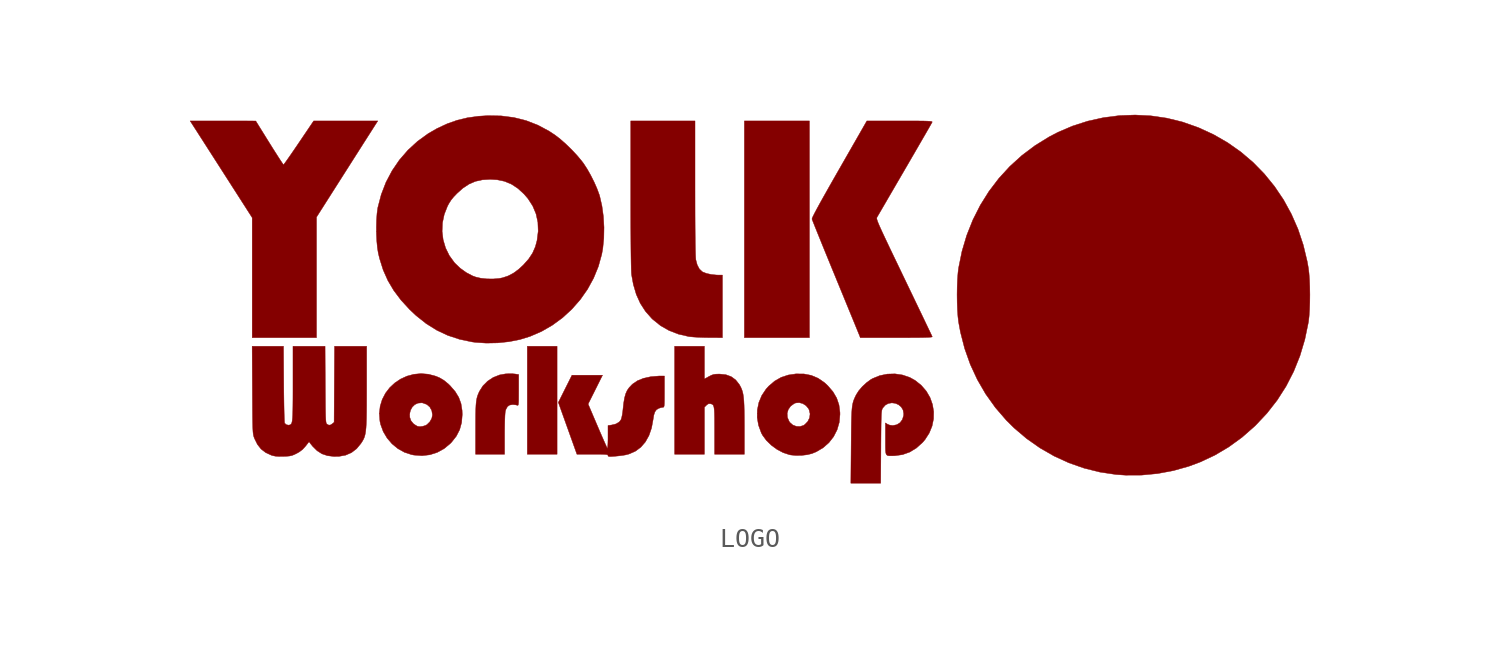
<source format=kicad_sym>
(kicad_symbol_lib
  (version 20220914)
  (generator "bitmap2component")
  (generator_version "8.0")
  (symbol "LOGO"
    (pin_names
      (offset 1.016))
    (property "Reference" "#G"
      (at 0 9.765 0)
      (effects (font (size 1.27 1.27)) hide))
    (symbol "LOGO_0_0"
      (polyline (pts (xy 6.419 -7.87) (xy 6.419 -7.739) (xy 6.422 -7.327) (xy 6.425 -6.985) (xy 6.428 -6.707) (xy 6.433 -6.485) (xy 6.438 -6.311) (xy 6.444 -6.178) (xy 6.453 -6.08) (xy 6.463 -6.008) (xy 6.476 -5.956) (xy 6.492 -5.916) (xy 6.512 -5.88) (xy 6.517 -5.871) (xy 6.645 -5.726) (xy 6.804 -5.642) (xy 6.98 -5.613) (xy 7.158 -5.636) (xy 7.322 -5.708) (xy 7.458 -5.823) (xy 7.551 -5.978) (xy 7.585 -6.168) (xy 7.578 -6.269) (xy 7.516 -6.469) (xy 7.397 -6.627) (xy 7.232 -6.731) (xy 7.032 -6.77) (xy 7.016 -6.77) (xy 6.869 -6.751) (xy 6.753 -6.705) (xy 6.65 -6.638) (xy 6.65 -7.455) (xy 6.65 -7.654) (xy 6.651 -7.89) (xy 6.656 -8.064) (xy 6.671 -8.183) (xy 6.7 -8.259) (xy 6.747 -8.3) (xy 6.817 -8.317) (xy 6.915 -8.32) (xy 7.044 -8.318) (xy 7.132 -8.315) (xy 7.527 -8.259) (xy 7.893 -8.129) (xy 8.231 -7.923) (xy 8.543 -7.643) (xy 8.673 -7.492) (xy 8.888 -7.158) (xy 9.033 -6.803) (xy 9.109 -6.434) (xy 9.116 -6.062) (xy 9.056 -5.696) (xy 8.931 -5.344) (xy 8.739 -5.015) (xy 8.484 -4.719) (xy 8.166 -4.464) (xy 7.893 -4.313) (xy 7.525 -4.188) (xy 7.138 -4.131) (xy 6.745 -4.142) (xy 6.359 -4.221) (xy 5.994 -4.37) (xy 5.899 -4.424) (xy 5.676 -4.588) (xy 5.463 -4.787) (xy 5.282 -5) (xy 5.153 -5.205) (xy 5.124 -5.264) (xy 5.076 -5.366) (xy 5.036 -5.462) (xy 5.003 -5.559) (xy 4.977 -5.665) (xy 4.955 -5.788) (xy 4.939 -5.936) (xy 4.927 -6.117) (xy 4.918 -6.339) (xy 4.911 -6.609) (xy 4.906 -6.936) (xy 4.902 -7.327) (xy 4.898 -7.79) (xy 4.882 -9.72) (xy 5.645 -9.72) (xy 6.407 -9.72) (xy 6.419 -7.87)) (stroke (width 0.01) (type default)) (fill (type outline)))
      (polyline (pts (xy 19.746 -9.306) (xy 20.562 -9.228) (xy 21.369 -9.078) (xy 22.155 -8.857) (xy 22.741 -8.639) (xy 23.489 -8.289) (xy 24.201 -7.867) (xy 24.879 -7.375) (xy 25.523 -6.81) (xy 25.568 -6.767) (xy 26.157 -6.141) (xy 26.679 -5.472) (xy 27.134 -4.76) (xy 27.521 -4.005) (xy 27.84 -3.21) (xy 28.09 -2.374) (xy 28.271 -1.5) (xy 28.278 -1.456) (xy 28.309 -1.178) (xy 28.331 -0.844) (xy 28.344 -0.471) (xy 28.348 -0.081) (xy 28.342 0.308) (xy 28.328 0.678) (xy 28.304 1.007) (xy 28.272 1.279) (xy 28.212 1.617) (xy 28.01 2.46) (xy 27.74 3.268) (xy 27.402 4.038) (xy 27.002 4.768) (xy 26.54 5.453) (xy 26.021 6.091) (xy 25.447 6.679) (xy 24.82 7.212) (xy 24.145 7.688) (xy 23.422 8.104) (xy 22.657 8.456) (xy 21.85 8.741) (xy 21.807 8.753) (xy 21.025 8.944) (xy 20.224 9.06) (xy 19.413 9.102) (xy 18.599 9.071) (xy 17.79 8.966) (xy 16.993 8.789) (xy 16.217 8.54) (xy 15.469 8.22) (xy 15.019 7.986) (xy 14.298 7.54) (xy 13.627 7.036) (xy 13.009 6.475) (xy 12.447 5.862) (xy 11.943 5.2) (xy 11.5 4.492) (xy 11.121 3.743) (xy 10.807 2.955) (xy 10.563 2.133) (xy 10.389 1.279) (xy 10.359 1.029) (xy 10.334 0.694) (xy 10.319 0.318) (xy 10.313 -0.08) (xy 10.318 -0.478) (xy 10.332 -0.858) (xy 10.356 -1.198) (xy 10.389 -1.48) (xy 10.485 -1.999) (xy 10.702 -2.841) (xy 10.99 -3.651) (xy 11.349 -4.425) (xy 11.775 -5.16) (xy 12.269 -5.852) (xy 12.827 -6.499) (xy 13.232 -6.9) (xy 13.871 -7.442) (xy 14.554 -7.921) (xy 15.274 -8.334) (xy 16.027 -8.679) (xy 16.808 -8.952) (xy 17.61 -9.152) (xy 18.429 -9.275) (xy 18.934 -9.31) (xy 19.746 -9.306)) (stroke (width 0.01) (type default)) (fill (type outline)))
      (polyline (pts (xy -21.287 -8.349) (xy -20.945 -8.287) (xy -20.646 -8.157) (xy -20.387 -7.959) (xy -20.165 -7.691) (xy -20.155 -7.675) (xy -20.096 -7.585) (xy -20.046 -7.498) (xy -20.003 -7.408) (xy -19.969 -7.308) (xy -19.941 -7.191) (xy -19.919 -7.05) (xy -19.902 -6.878) (xy -19.89 -6.668) (xy -19.881 -6.413) (xy -19.876 -6.106) (xy -19.873 -5.739) (xy -19.872 -5.307) (xy -19.871 -4.802) (xy -19.871 -2.72) (xy -20.692 -2.72) (xy -21.512 -2.72) (xy -21.523 -4.663) (xy -21.534 -6.607) (xy -21.628 -6.684) (xy -21.715 -6.741) (xy -21.802 -6.753) (xy -21.897 -6.703) (xy -21.909 -6.693) (xy -21.925 -6.673) (xy -21.938 -6.641) (xy -21.949 -6.59) (xy -21.957 -6.513) (xy -21.964 -6.403) (xy -21.97 -6.255) (xy -21.974 -6.06) (xy -21.978 -5.812) (xy -21.98 -5.504) (xy -21.983 -5.13) (xy -21.986 -4.683) (xy -21.997 -2.72) (xy -22.817 -2.72) (xy -23.637 -2.72) (xy -23.637 -4.618) (xy -23.637 -5.002) (xy -23.638 -5.402) (xy -23.641 -5.734) (xy -23.645 -6.004) (xy -23.651 -6.219) (xy -23.66 -6.386) (xy -23.673 -6.512) (xy -23.689 -6.602) (xy -23.71 -6.663) (xy -23.735 -6.703) (xy -23.767 -6.727) (xy -23.804 -6.742) (xy -23.872 -6.753) (xy -23.987 -6.725) (xy -24.064 -6.648) (xy -24.064 -6.648) (xy -24.071 -6.592) (xy -24.078 -6.465) (xy -24.085 -6.274) (xy -24.091 -6.028) (xy -24.097 -5.734) (xy -24.102 -5.401) (xy -24.107 -5.037) (xy -24.11 -4.65) (xy -24.122 -2.72) (xy -24.923 -2.72) (xy -25.724 -2.72) (xy -25.712 -4.95) (xy -25.711 -5.224) (xy -25.708 -5.663) (xy -25.706 -6.031) (xy -25.703 -6.338) (xy -25.699 -6.588) (xy -25.694 -6.79) (xy -25.689 -6.949) (xy -25.682 -7.074) (xy -25.673 -7.17) (xy -25.662 -7.244) (xy -25.649 -7.304) (xy -25.633 -7.356) (xy -25.615 -7.407) (xy -25.603 -7.437) (xy -25.454 -7.738) (xy -25.268 -7.974) (xy -25.035 -8.154) (xy -24.746 -8.288) (xy -24.658 -8.315) (xy -24.521 -8.341) (xy -24.354 -8.352) (xy -24.132 -8.35) (xy -23.96 -8.343) (xy -23.814 -8.33) (xy -23.698 -8.306) (xy -23.587 -8.264) (xy -23.452 -8.199) (xy -23.318 -8.124) (xy -23.149 -7.997) (xy -22.997 -7.83) (xy -22.816 -7.599) (xy -22.716 -7.73) (xy -22.632 -7.834) (xy -22.402 -8.061) (xy -22.154 -8.219) (xy -21.874 -8.313) (xy -21.547 -8.353) (xy -21.287 -8.349)) (stroke (width 0.01) (type default)) (fill (type outline)))
      (polyline (pts (xy -7.351 -8.355) (xy -7.181 -8.343) (xy -7.142 -8.339) (xy -6.95 -8.32) (xy -6.768 -8.296) (xy -6.63 -8.273) (xy -6.461 -8.229) (xy -6.136 -8.087) (xy -5.856 -7.881) (xy -5.624 -7.613) (xy -5.44 -7.285) (xy -5.307 -6.9) (xy -5.226 -6.46) (xy -5.19 -6.239) (xy -5.136 -6.076) (xy -5.059 -5.967) (xy -4.951 -5.899) (xy -4.935 -5.892) (xy -4.82 -5.855) (xy -4.729 -5.84) (xy -4.713 -5.839) (xy -4.689 -5.831) (xy -4.672 -5.805) (xy -4.66 -5.75) (xy -4.653 -5.656) (xy -4.649 -5.514) (xy -4.648 -5.312) (xy -4.647 -5.04) (xy -4.647 -4.24) (xy -4.858 -4.241) (xy -4.935 -4.242) (xy -5.349 -4.277) (xy -5.714 -4.356) (xy -6.022 -4.48) (xy -6.266 -4.645) (xy -6.316 -4.691) (xy -6.449 -4.83) (xy -6.552 -4.978) (xy -6.629 -5.15) (xy -6.687 -5.359) (xy -6.731 -5.619) (xy -6.767 -5.945) (xy -6.778 -6.053) (xy -6.805 -6.232) (xy -6.837 -6.381) (xy -6.868 -6.474) (xy -6.953 -6.586) (xy -7.119 -6.688) (xy -7.351 -6.746) (xy -7.532 -6.771) (xy -7.532 -7.373) (xy -7.532 -7.488) (xy -7.537 -7.676) (xy -7.544 -7.822) (xy -7.554 -7.914) (xy -7.566 -7.938) (xy -7.571 -7.93) (xy -7.605 -7.86) (xy -7.664 -7.73) (xy -7.745 -7.548) (xy -7.843 -7.324) (xy -7.955 -7.067) (xy -8.075 -6.787) (xy -8.55 -5.674) (xy -8.181 -4.937) (xy -7.813 -4.2) (xy -8.594 -4.2) (xy -9.375 -4.2) (xy -9.723 -4.895) (xy -10.07 -5.591) (xy -9.596 -6.915) (xy -9.121 -8.24) (xy -8.326 -8.24) (xy -8.093 -8.24) (xy -7.88 -8.242) (xy -7.728 -8.247) (xy -7.627 -8.254) (xy -7.567 -8.266) (xy -7.539 -8.283) (xy -7.532 -8.306) (xy -7.53 -8.323) (xy -7.51 -8.346) (xy -7.455 -8.357) (xy -7.351 -8.355)) (stroke (width 0.01) (type default)) (fill (type outline)))
      (polyline (pts (xy -16.639 -8.267) (xy -16.259 -8.145) (xy -15.907 -7.951) (xy -15.589 -7.686) (xy -15.534 -7.629) (xy -15.289 -7.319) (xy -15.117 -6.986) (xy -15.017 -6.622) (xy -14.984 -6.218) (xy -14.991 -6.006) (xy -15.047 -5.651) (xy -15.164 -5.332) (xy -15.347 -5.032) (xy -15.604 -4.736) (xy -15.691 -4.651) (xy -15.921 -4.462) (xy -16.145 -4.33) (xy -16.336 -4.25) (xy -16.714 -4.149) (xy -17.09 -4.118) (xy -17.456 -4.152) (xy -17.807 -4.246) (xy -18.134 -4.395) (xy -18.431 -4.594) (xy -18.692 -4.837) (xy -18.908 -5.12) (xy -19.073 -5.438) (xy -19.18 -5.785) (xy -19.222 -6.157) (xy -19.221 -6.168) (xy -17.673 -6.168) (xy -17.629 -5.99) (xy -17.542 -5.831) (xy -17.415 -5.705) (xy -17.253 -5.627) (xy -17.062 -5.61) (xy -16.998 -5.619) (xy -16.797 -5.693) (xy -16.641 -5.826) (xy -16.541 -6.009) (xy -16.506 -6.23) (xy -16.54 -6.403) (xy -16.639 -6.58) (xy -16.79 -6.729) (xy -16.868 -6.771) (xy -17.009 -6.813) (xy -17.154 -6.829) (xy -17.267 -6.813) (xy -17.268 -6.813) (xy -17.343 -6.772) (xy -17.438 -6.711) (xy -17.488 -6.672) (xy -17.607 -6.523) (xy -17.667 -6.351) (xy -17.673 -6.168) (xy -19.221 -6.168) (xy -19.193 -6.548) (xy -19.156 -6.716) (xy -19.023 -7.08) (xy -18.825 -7.414) (xy -18.572 -7.709) (xy -18.272 -7.955) (xy -17.936 -8.142) (xy -17.571 -8.261) (xy -17.452 -8.283) (xy -17.038 -8.313) (xy -16.639 -8.267)) (stroke (width 0.01) (type default)) (fill (type outline)))
      (polyline (pts (xy 2.372 -8.297) (xy 2.654 -8.264) (xy 2.893 -8.205) (xy 3.115 -8.114) (xy 3.464 -7.908) (xy 3.761 -7.647) (xy 4.001 -7.339) (xy 4.179 -6.99) (xy 4.289 -6.609) (xy 4.326 -6.202) (xy 4.324 -6.1) (xy 4.275 -5.718) (xy 4.158 -5.37) (xy 3.969 -5.046) (xy 3.703 -4.736) (xy 3.525 -4.572) (xy 3.204 -4.353) (xy 2.859 -4.208) (xy 2.483 -4.135) (xy 2.071 -4.132) (xy 1.689 -4.188) (xy 1.323 -4.308) (xy 0.993 -4.495) (xy 0.687 -4.755) (xy 0.547 -4.91) (xy 0.329 -5.237) (xy 0.18 -5.594) (xy 0.102 -5.973) (xy 0.099 -6.148) (xy 1.626 -6.148) (xy 1.683 -5.952) (xy 1.805 -5.779) (xy 1.99 -5.645) (xy 2.065 -5.616) (xy 2.243 -5.601) (xy 2.424 -5.649) (xy 2.589 -5.753) (xy 2.716 -5.904) (xy 2.751 -5.974) (xy 2.798 -6.176) (xy 2.772 -6.379) (xy 2.678 -6.569) (xy 2.518 -6.73) (xy 2.461 -6.767) (xy 2.283 -6.822) (xy 2.093 -6.814) (xy 1.915 -6.745) (xy 1.77 -6.619) (xy 1.724 -6.555) (xy 1.639 -6.354) (xy 1.626 -6.148) (xy 0.099 -6.148) (xy 0.095 -6.364) (xy 0.162 -6.758) (xy 0.304 -7.146) (xy 0.367 -7.265) (xy 0.563 -7.532) (xy 0.815 -7.778) (xy 1.106 -7.991) (xy 1.42 -8.157) (xy 1.739 -8.263) (xy 1.817 -8.278) (xy 2.082 -8.303) (xy 2.372 -8.297)) (stroke (width 0.01) (type default)) (fill (type outline)))
      (polyline (pts (xy -12.82 -7.21) (xy -12.819 -6.996) (xy -12.815 -6.716) (xy -12.809 -6.468) (xy -12.801 -6.263) (xy -12.79 -6.114) (xy -12.779 -6.033) (xy -12.751 -5.946) (xy -12.673 -5.804) (xy -12.564 -5.726) (xy -12.414 -5.702) (xy -12.374 -5.703) (xy -12.252 -5.715) (xy -12.169 -5.736) (xy -12.163 -5.738) (xy -12.141 -5.741) (xy -12.124 -5.723) (xy -12.113 -5.673) (xy -12.105 -5.582) (xy -12.101 -5.441) (xy -12.1 -5.239) (xy -12.099 -4.967) (xy -12.099 -4.165) (xy -12.285 -4.137) (xy -12.417 -4.126) (xy -12.594 -4.124) (xy -12.773 -4.132) (xy -13.084 -4.188) (xy -13.401 -4.315) (xy -13.685 -4.502) (xy -13.924 -4.74) (xy -14.103 -5.021) (xy -14.137 -5.094) (xy -14.183 -5.202) (xy -14.219 -5.31) (xy -14.247 -5.43) (xy -14.268 -5.57) (xy -14.283 -5.741) (xy -14.293 -5.953) (xy -14.299 -6.215) (xy -14.301 -6.537) (xy -14.302 -6.93) (xy -14.303 -8.24) (xy -13.561 -8.24) (xy -12.82 -8.24) (xy -12.82 -7.21)) (stroke (width 0.01) (type default)) (fill (type outline)))
      (polyline (pts (xy -10.136 -5.48) (xy -10.136 -2.72) (xy -10.897 -2.72) (xy -11.658 -2.72) (xy -11.658 -5.48) (xy -11.658 -8.24) (xy -10.897 -8.24) (xy -10.136 -8.24) (xy -10.136 -5.48)) (stroke (width 0.01) (type default)) (fill (type outline)))
      (polyline (pts (xy -2.604 -7.038) (xy -2.604 -5.836) (xy -2.502 -5.734) (xy -2.473 -5.707) (xy -2.386 -5.655) (xy -2.292 -5.658) (xy -2.244 -5.671) (xy -2.197 -5.691) (xy -2.16 -5.724) (xy -2.132 -5.779) (xy -2.112 -5.864) (xy -2.098 -5.987) (xy -2.09 -6.156) (xy -2.085 -6.38) (xy -2.084 -6.668) (xy -2.083 -7.028) (xy -2.083 -8.24) (xy -1.322 -8.24) (xy -0.561 -8.24) (xy -0.561 -6.89) (xy -0.561 -6.78) (xy -0.563 -6.367) (xy -0.568 -6.023) (xy -0.576 -5.739) (xy -0.588 -5.507) (xy -0.606 -5.318) (xy -0.629 -5.163) (xy -0.659 -5.034) (xy -0.697 -4.921) (xy -0.742 -4.817) (xy -0.821 -4.673) (xy -1.008 -4.438) (xy -1.236 -4.272) (xy -1.506 -4.174) (xy -1.823 -4.141) (xy -1.842 -4.141) (xy -2.01 -4.145) (xy -2.134 -4.162) (xy -2.244 -4.2) (xy -2.374 -4.266) (xy -2.604 -4.392) (xy -2.604 -3.556) (xy -2.604 -2.72) (xy -3.365 -2.72) (xy -4.127 -2.72) (xy -4.127 -5.48) (xy -4.127 -8.24) (xy -3.365 -8.24) (xy -2.604 -8.24) (xy -2.604 -7.038)) (stroke (width 0.01) (type default)) (fill (type outline)))
      (polyline (pts (xy -13.171 -2.546) (xy -12.592 -2.485) (xy -12.046 -2.378) (xy -11.519 -2.216) (xy -10.929 -1.961) (xy -10.372 -1.639) (xy -9.853 -1.258) (xy -9.378 -0.821) (xy -8.952 -0.336) (xy -8.581 0.193) (xy -8.271 0.759) (xy -8.026 1.356) (xy -7.853 1.98) (xy -7.8 2.273) (xy -7.747 2.801) (xy -7.737 3.358) (xy -7.769 3.918) (xy -7.843 4.457) (xy -7.956 4.951) (xy -7.982 5.035) (xy -8.095 5.341) (xy -8.243 5.677) (xy -8.415 6.019) (xy -8.597 6.341) (xy -8.778 6.619) (xy -8.879 6.753) (xy -9.115 7.035) (xy -9.389 7.328) (xy -9.681 7.612) (xy -9.97 7.867) (xy -10.237 8.074) (xy -10.549 8.28) (xy -11.12 8.585) (xy -11.716 8.816) (xy -12.34 8.973) (xy -12.994 9.057) (xy -13.682 9.069) (xy -14.157 9.039) (xy -14.719 8.961) (xy -15.246 8.834) (xy -15.755 8.654) (xy -16.267 8.416) (xy -16.724 8.152) (xy -17.268 7.758) (xy -17.759 7.308) (xy -18.194 6.806) (xy -18.569 6.257) (xy -18.881 5.666) (xy -19.124 5.038) (xy -19.297 4.379) (xy -19.304 4.342) (xy -19.341 4.065) (xy -19.364 3.734) (xy -19.373 3.372) (xy -19.371 3.154) (xy -16.013 3.154) (xy -15.995 3.591) (xy -15.904 4.022) (xy -15.74 4.44) (xy -15.667 4.577) (xy -15.558 4.75) (xy -15.425 4.915) (xy -15.247 5.1) (xy -14.953 5.362) (xy -14.64 5.569) (xy -14.314 5.71) (xy -13.96 5.789) (xy -13.561 5.814) (xy -13.201 5.793) (xy -12.819 5.713) (xy -12.47 5.567) (xy -12.142 5.352) (xy -11.824 5.061) (xy -11.622 4.827) (xy -11.379 4.45) (xy -11.21 4.045) (xy -11.117 3.615) (xy -11.1 3.162) (xy -11.16 2.688) (xy -11.246 2.369) (xy -11.388 2.044) (xy -11.589 1.74) (xy -11.858 1.438) (xy -12.097 1.216) (xy -12.362 1.021) (xy -12.631 0.879) (xy -12.922 0.781) (xy -13.101 0.746) (xy -13.403 0.721) (xy -13.725 0.725) (xy -14.034 0.758) (xy -14.3 0.82) (xy -14.449 0.875) (xy -14.776 1.046) (xy -15.09 1.271) (xy -15.365 1.535) (xy -15.386 1.559) (xy -15.645 1.915) (xy -15.837 2.307) (xy -15.96 2.723) (xy -16.013 3.154) (xy -19.371 3.154) (xy -19.369 2.999) (xy -19.351 2.639) (xy -19.32 2.313) (xy -19.276 2.042) (xy -19.208 1.759) (xy -19.025 1.179) (xy -18.785 0.64) (xy -18.483 0.13) (xy -18.114 -0.36) (xy -17.671 -0.843) (xy -17.344 -1.15) (xy -16.826 -1.562) (xy -16.287 -1.899) (xy -15.721 -2.165) (xy -15.121 -2.363) (xy -14.483 -2.497) (xy -14.311 -2.52) (xy -13.753 -2.558) (xy -13.171 -2.546)) (stroke (width 0.01) (type default)) (fill (type outline)))
      (polyline (pts (xy -22.435 0.801) (xy -22.435 3.881) (xy -20.927 6.251) (xy -20.751 6.527) (xy -20.507 6.911) (xy -20.276 7.273) (xy -20.064 7.607) (xy -19.872 7.908) (xy -19.705 8.169) (xy -19.567 8.386) (xy -19.461 8.552) (xy -19.391 8.662) (xy -19.36 8.71) (xy -19.301 8.8) (xy -20.94 8.8) (xy -22.579 8.8) (xy -23.336 7.68) (xy -23.471 7.481) (xy -23.642 7.231) (xy -23.794 7.01) (xy -23.924 6.825) (xy -24.025 6.683) (xy -24.093 6.592) (xy -24.121 6.56) (xy -24.134 6.574) (xy -24.186 6.648) (xy -24.272 6.776) (xy -24.385 6.951) (xy -24.522 7.165) (xy -24.677 7.41) (xy -24.845 7.678) (xy -25.54 8.797) (xy -27.218 8.799) (xy -28.895 8.8) (xy -28.836 8.71) (xy -28.817 8.681) (xy -28.757 8.587) (xy -28.66 8.436) (xy -28.529 8.233) (xy -28.369 7.983) (xy -28.183 7.693) (xy -27.974 7.367) (xy -27.746 7.012) (xy -27.503 6.633) (xy -27.249 6.237) (xy -25.721 3.853) (xy -25.721 0.786) (xy -25.721 -2.28) (xy -24.078 -2.28) (xy -22.435 -2.28) (xy -22.435 0.801)) (stroke (width 0.01) (type default)) (fill (type outline)))
      (polyline (pts (xy -1.683 -0.68) (xy -1.683 0.92) (xy -1.898 0.92) (xy -1.998 0.923) (xy -2.256 0.95) (xy -2.494 1.002) (xy -2.683 1.074) (xy -2.719 1.095) (xy -2.862 1.232) (xy -2.971 1.436) (xy -3.042 1.701) (xy -3.043 1.706) (xy -3.051 1.805) (xy -3.059 1.983) (xy -3.066 2.24) (xy -3.072 2.573) (xy -3.076 2.984) (xy -3.08 3.47) (xy -3.083 4.031) (xy -3.084 4.665) (xy -3.085 5.373) (xy -3.085 8.8) (xy -4.728 8.8) (xy -6.37 8.8) (xy -6.37 5.023) (xy -6.37 4.564) (xy -6.369 3.874) (xy -6.367 3.252) (xy -6.364 2.7) (xy -6.36 2.219) (xy -6.355 1.811) (xy -6.349 1.476) (xy -6.343 1.218) (xy -6.336 1.036) (xy -6.327 0.933) (xy -6.237 0.439) (xy -6.086 -0.07) (xy -5.88 -0.526) (xy -5.617 -0.933) (xy -5.296 -1.297) (xy -5.234 -1.355) (xy -4.844 -1.668) (xy -4.413 -1.914) (xy -3.938 -2.098) (xy -3.413 -2.22) (xy -3.325 -2.232) (xy -3.139 -2.248) (xy -2.907 -2.262) (xy -2.652 -2.271) (xy -2.394 -2.276) (xy -1.683 -2.28) (xy -1.683 -0.68)) (stroke (width 0.01) (type default)) (fill (type outline)))
      (polyline (pts (xy 2.764 3.26) (xy 2.764 8.8) (xy 1.102 8.8) (xy -0.561 8.8) (xy -0.561 3.26) (xy -0.561 -2.28) (xy 1.102 -2.28) (xy 2.764 -2.28) (xy 2.764 3.26)) (stroke (width 0.01) (type default)) (fill (type outline)))
      (polyline (pts (xy 7.662 -2.28) (xy 8.036 -2.278) (xy 8.341 -2.276) (xy 8.584 -2.272) (xy 8.768 -2.267) (xy 8.901 -2.26) (xy 8.987 -2.252) (xy 9.033 -2.242) (xy 9.043 -2.23) (xy 9.036 -2.215) (xy 8.999 -2.136) (xy 8.931 -1.992) (xy 8.834 -1.791) (xy 8.712 -1.536) (xy 8.568 -1.234) (xy 8.403 -0.89) (xy 8.22 -0.509) (xy 8.023 -0.098) (xy 7.812 0.34) (xy 7.593 0.798) (xy 7.545 0.897) (xy 7.295 1.418) (xy 7.077 1.872) (xy 6.889 2.264) (xy 6.73 2.6) (xy 6.596 2.883) (xy 6.486 3.118) (xy 6.398 3.311) (xy 6.329 3.465) (xy 6.278 3.587) (xy 6.242 3.679) (xy 6.22 3.748) (xy 6.209 3.797) (xy 6.207 3.832) (xy 6.211 3.857) (xy 6.221 3.878) (xy 6.232 3.897) (xy 6.282 3.983) (xy 6.367 4.128) (xy 6.483 4.328) (xy 6.628 4.576) (xy 6.796 4.867) (xy 6.987 5.193) (xy 7.194 5.55) (xy 7.416 5.931) (xy 7.649 6.331) (xy 7.779 6.554) (xy 8.004 6.942) (xy 8.216 7.307) (xy 8.411 7.644) (xy 8.586 7.947) (xy 8.738 8.209) (xy 8.862 8.425) (xy 8.956 8.59) (xy 9.017 8.697) (xy 9.04 8.741) (xy 9.04 8.751) (xy 9.024 8.764) (xy 8.981 8.774) (xy 8.905 8.783) (xy 8.79 8.789) (xy 8.628 8.794) (xy 8.413 8.797) (xy 8.138 8.799) (xy 7.797 8.8) (xy 7.382 8.8) (xy 5.701 8.8) (xy 4.289 6.335) (xy 4.256 6.277) (xy 3.955 5.751) (xy 3.695 5.292) (xy 3.473 4.898) (xy 3.288 4.566) (xy 3.141 4.296) (xy 3.029 4.085) (xy 2.951 3.93) (xy 2.907 3.831) (xy 2.895 3.785) (xy 2.897 3.78) (xy 2.922 3.712) (xy 2.975 3.578) (xy 3.053 3.382) (xy 3.154 3.132) (xy 3.275 2.833) (xy 3.414 2.49) (xy 3.569 2.109) (xy 3.738 1.697) (xy 3.917 1.258) (xy 4.106 0.8) (xy 4.153 0.683) (xy 4.34 0.229) (xy 4.518 -0.203) (xy 4.684 -0.609) (xy 4.837 -0.981) (xy 4.974 -1.314) (xy 5.092 -1.602) (xy 5.189 -1.84) (xy 5.263 -2.021) (xy 5.312 -2.139) (xy 5.332 -2.19) (xy 5.366 -2.28) (xy 7.215 -2.28) (xy 7.662 -2.28)) (stroke (width 0.01) (type default)) (fill (type outline))))))
</source>
